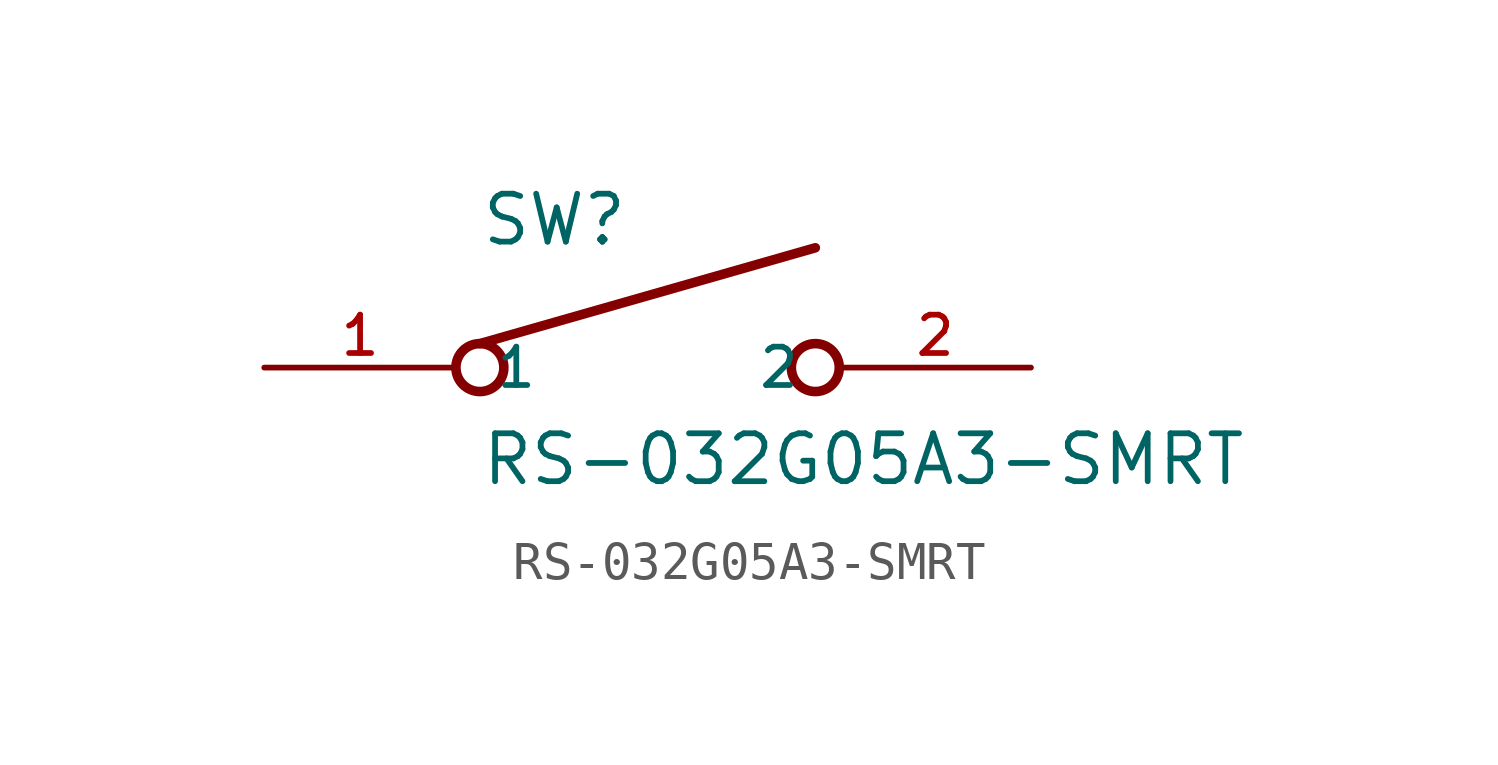
<source format=kicad_sym>
(kicad_symbol_lib
  (version 20211014)
  (generator kicad_symbol_editor)
  (symbol "RS-032G05A3-SMRT"
    (pin_names
      (offset 1.016))
    (property "Reference" "SW"
      (at -4.445 3.175 0)
      (effects (font (size 1.27 1.27)) (justify left bottom)))
    (property "Value" "RS-032G05A3-SMRT"
      (at -4.445 -3.175 0)
      (effects (font (size 1.27 1.27)) (justify left bottom)))
    (property "ki_locked" ""
      (at 0 0 0)
      (effects (font (size 1.27 1.27))))
    (symbol "RS-032G05A3-SMRT_0_0"
      (circle (center -4.445 0) (radius 0.635) (stroke (width 0.254) (type default) (color 0 0 0 0)) (fill (type none)))
      (polyline (pts (xy -4.445 0.635) (xy 4.445 3.175)) (stroke (width 0.254) (type default) (color 0 0 0 0)) (fill (type none)))
      (circle (center 4.445 0) (radius 0.635) (stroke (width 0.254) (type default) (color 0 0 0 0)) (fill (type none)))
      (pin passive line (at -10.16 0 0) (length 5.08) (name "1" (effects (font (size 1.016 1.016)))) (number "1" (effects (font (size 1.016 1.016)))))
      (pin passive line (at 10.16 0 180) (length 5.08) (name "2" (effects (font (size 1.016 1.016)))) (number "2" (effects (font (size 1.016 1.016))))))))
</source>
